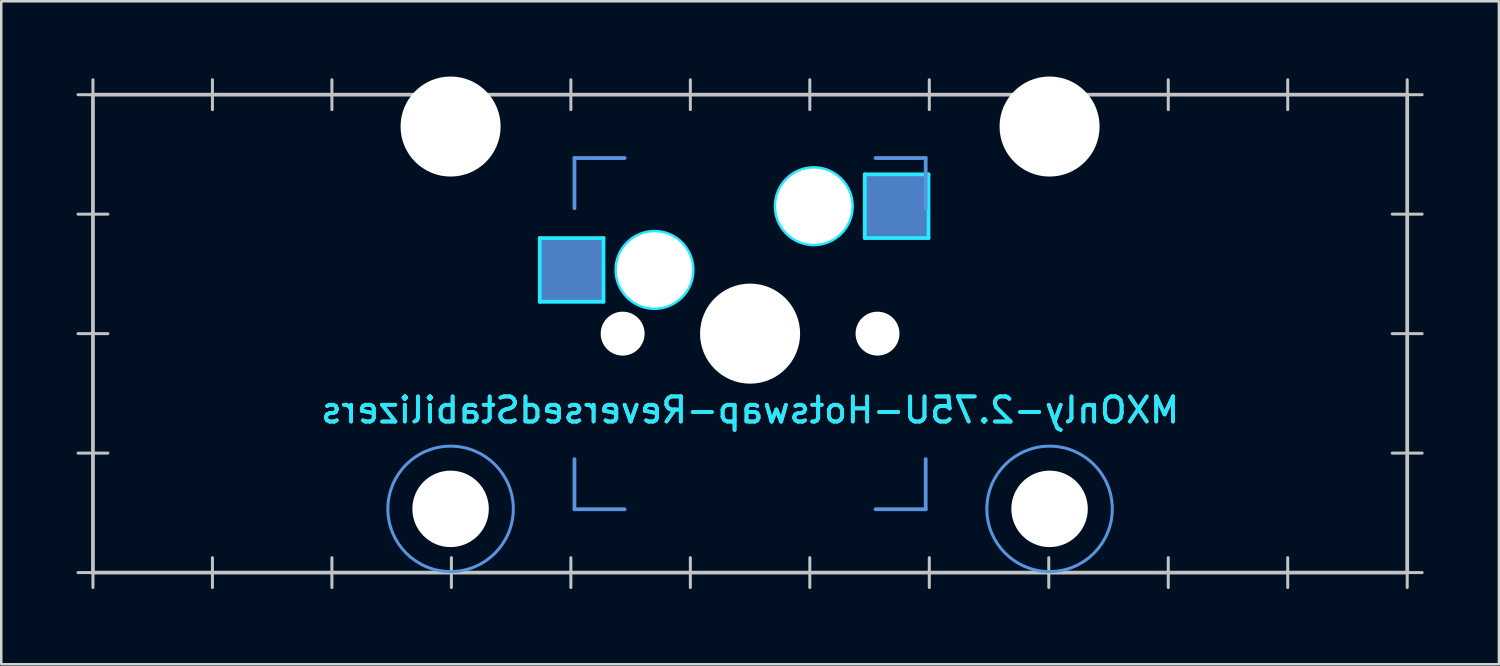
<source format=kicad_pcb>
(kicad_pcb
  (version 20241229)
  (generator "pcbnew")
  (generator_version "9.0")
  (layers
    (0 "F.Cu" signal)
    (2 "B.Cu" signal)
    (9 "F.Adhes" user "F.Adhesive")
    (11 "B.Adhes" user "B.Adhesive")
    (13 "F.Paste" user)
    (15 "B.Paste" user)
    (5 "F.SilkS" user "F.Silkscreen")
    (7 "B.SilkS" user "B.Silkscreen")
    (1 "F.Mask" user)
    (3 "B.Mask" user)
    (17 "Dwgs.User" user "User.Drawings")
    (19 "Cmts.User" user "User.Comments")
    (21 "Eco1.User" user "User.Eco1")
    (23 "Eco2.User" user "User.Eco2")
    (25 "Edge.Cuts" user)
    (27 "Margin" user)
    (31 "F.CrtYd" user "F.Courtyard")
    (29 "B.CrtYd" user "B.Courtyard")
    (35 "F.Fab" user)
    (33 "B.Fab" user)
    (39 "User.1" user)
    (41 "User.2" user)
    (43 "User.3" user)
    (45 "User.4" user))
  (footprint "MXOnly-2.75U-Hotswap-ReversedStabilizers"
    (layer "F.Cu")
    (at 26.849 10.249)
    (property "Reference" "MXOnly-2.75U-Hotswap-ReversedStabilizers" (at 0 3.048 0) (layer "B.CrtYd") (effects (font (size 1 1) (thickness 0.15)) (justify mirror)))
    (attr smd)
    (fp_line (start -26.789 -9.525) (end -26.194 -9.525) (stroke (width 0.12) (type solid)) (layer "Dwgs.User"))
    (fp_line (start -26.789 -0.000008) (end -25.598 -0.000008) (stroke (width 0.12) (type solid)) (layer "Dwgs.User"))
    (fp_line (start -26.789 4.762) (end -25.598 4.762) (stroke (width 0.12) (type solid)) (layer "Dwgs.User"))
    (fp_line (start -26.789 9.525) (end -26.194 9.525) (stroke (width 0.12) (type solid)) (layer "Dwgs.User"))
    (fp_line (start -26.194 10.12) (end -26.194 9.525) (stroke (width 0.12) (type solid)) (layer "Dwgs.User"))
    (fp_line (start -26.194 -10.12) (end -26.194 -9.525) (stroke (width 0.12) (type solid)) (layer "Dwgs.User"))
    (fp_line (start -26.194 -9.525) (end 26.194 -9.525) (stroke (width 0.15) (type solid)) (layer "Dwgs.User"))
    (fp_line (start -26.194 9.525) (end -26.194 -9.525) (stroke (width 0.15) (type solid)) (layer "Dwgs.User"))
    (fp_line (start -25.598 -4.763) (end -26.789 -4.763) (stroke (width 0.12) (type solid)) (layer "Dwgs.User"))
    (fp_line (start -21.431 8.93) (end -21.431 10.12) (stroke (width 0.12) (type solid)) (layer "Dwgs.User"))
    (fp_line (start -21.431 -10.12) (end -21.431 -8.93) (stroke (width 0.12) (type solid)) (layer "Dwgs.User"))
    (fp_line (start -16.669 8.93) (end -16.669 10.12) (stroke (width 0.12) (type solid)) (layer "Dwgs.User"))
    (fp_line (start -16.669 -10.12) (end -16.669 -8.93) (stroke (width 0.12) (type solid)) (layer "Dwgs.User"))
    (fp_line (start -11.906 10.12) (end -11.906 8.93) (stroke (width 0.12) (type solid)) (layer "Dwgs.User"))
    (fp_line (start -11.906 -8.93) (end -11.906 -10.12) (stroke (width 0.12) (type solid)) (layer "Dwgs.User"))
    (fp_line (start -7.144 8.93) (end -7.144 10.12) (stroke (width 0.12) (type solid)) (layer "Dwgs.User"))
    (fp_line (start -7.144 -10.12) (end -7.144 -8.93) (stroke (width 0.12) (type solid)) (layer "Dwgs.User"))
    (fp_line (start -2.381 10.12) (end -2.381 8.93) (stroke (width 0.12) (type solid)) (layer "Dwgs.User"))
    (fp_line (start -2.381 -8.93) (end -2.381 -10.12) (stroke (width 0.12) (type solid)) (layer "Dwgs.User"))
    (fp_line (start 2.381 8.93) (end 2.381 10.12) (stroke (width 0.12) (type solid)) (layer "Dwgs.User"))
    (fp_line (start 2.381 -10.12) (end 2.381 -8.93) (stroke (width 0.12) (type solid)) (layer "Dwgs.User"))
    (fp_line (start 7.144 10.12) (end 7.144 8.93) (stroke (width 0.12) (type solid)) (layer "Dwgs.User"))
    (fp_line (start 7.144 -8.93) (end 7.144 -10.12) (stroke (width 0.12) (type solid)) (layer "Dwgs.User"))
    (fp_line (start 11.906 10.12) (end 11.906 8.93) (stroke (width 0.12) (type solid)) (layer "Dwgs.User"))
    (fp_line (start 11.906 -8.93) (end 11.906 -10.12) (stroke (width 0.12) (type solid)) (layer "Dwgs.User"))
    (fp_line (start 16.669 8.93) (end 16.669 10.12) (stroke (width 0.12) (type solid)) (layer "Dwgs.User"))
    (fp_line (start 16.669 -8.93) (end 16.669 -10.12) (stroke (width 0.12) (type solid)) (layer "Dwgs.User"))
    (fp_line (start 21.431 8.93) (end 21.431 10.12) (stroke (width 0.12) (type solid)) (layer "Dwgs.User"))
    (fp_line (start 21.431 -8.93) (end 21.431 -10.12) (stroke (width 0.12) (type solid)) (layer "Dwgs.User"))
    (fp_line (start 25.598 4.763) (end 26.789 4.763) (stroke (width 0.12) (type solid)) (layer "Dwgs.User"))
    (fp_line (start 26.194 -9.525) (end 26.194 9.525) (stroke (width 0.15) (type solid)) (layer "Dwgs.User"))
    (fp_line (start 26.194 9.525) (end -26.194 9.525) (stroke (width 0.15) (type solid)) (layer "Dwgs.User"))
    (fp_line (start 26.194 10.12) (end 26.194 9.525) (stroke (width 0.12) (type solid)) (layer "Dwgs.User"))
    (fp_line (start 26.194 -10.12) (end 26.194 -9.525) (stroke (width 0.12) (type solid)) (layer "Dwgs.User"))
    (fp_line (start 26.789 -9.525) (end 26.194 -9.525) (stroke (width 0.12) (type solid)) (layer "Dwgs.User"))
    (fp_line (start 26.789 -4.763) (end 25.598 -4.763) (stroke (width 0.12) (type solid)) (layer "Dwgs.User"))
    (fp_line (start 26.789 0) (end 25.598 0) (stroke (width 0.12) (type solid)) (layer "Dwgs.User"))
    (fp_line (start 26.789 9.525) (end 26.194 9.525) (stroke (width 0.12) (type solid)) (layer "Dwgs.User"))
    (fp_line (start -7 -7) (end -7 -5) (stroke (width 0.15) (type solid)) (layer "Cmts.User"))
    (fp_line (start -7 7) (end -7 5) (stroke (width 0.15) (type solid)) (layer "Cmts.User"))
    (fp_line (start -5 -7) (end -7 -7) (stroke (width 0.15) (type solid)) (layer "Cmts.User"))
    (fp_line (start -5 7) (end -7 7) (stroke (width 0.15) (type solid)) (layer "Cmts.User"))
    (fp_line (start 5 -7) (end 7 -7) (stroke (width 0.15) (type solid)) (layer "Cmts.User"))
    (fp_line (start 7 -7) (end 7 -5) (stroke (width 0.15) (type solid)) (layer "Cmts.User"))
    (fp_line (start 7 5) (end 7 7) (stroke (width 0.15) (type solid)) (layer "Cmts.User"))
    (fp_line (start 7 7) (end 5 7) (stroke (width 0.15) (type solid)) (layer "Cmts.User"))
    (fp_circle (center -11.938 6.985) (end -14.438 6.985) (stroke (width 0.12) (type solid)) (fill no) (layer "Cmts.User"))
    (fp_circle (center 11.938 6.985) (end 9.438 6.985) (stroke (width 0.12) (type solid)) (fill no) (layer "Cmts.User"))
    (fp_line (start -8.382 -3.81) (end -5.842 -3.81) (stroke (width 0.15) (type solid)) (layer "B.CrtYd"))
    (fp_line (start -8.382 -1.27) (end -8.382 -3.81) (stroke (width 0.15) (type solid)) (layer "B.CrtYd"))
    (fp_line (start -5.842 -3.81) (end -5.842 -1.27) (stroke (width 0.15) (type solid)) (layer "B.CrtYd"))
    (fp_line (start -5.842 -1.27) (end -8.382 -1.27) (stroke (width 0.15) (type solid)) (layer "B.CrtYd"))
    (fp_line (start 4.572 -6.35) (end 7.112 -6.35) (stroke (width 0.15) (type solid)) (layer "B.CrtYd"))
    (fp_line (start 4.572 -3.81) (end 4.572 -6.35) (stroke (width 0.15) (type solid)) (layer "B.CrtYd"))
    (fp_line (start 7.112 -6.35) (end 7.112 -3.81) (stroke (width 0.15) (type solid)) (layer "B.CrtYd"))
    (fp_line (start 7.112 -3.81) (end 4.572 -3.81) (stroke (width 0.15) (type solid)) (layer "B.CrtYd"))
    (fp_circle (center -3.81 -2.54) (end -3.81 -4.064) (stroke (width 0.15) (type solid)) (fill no) (layer "B.CrtYd"))
    (fp_circle (center 2.54 -5.08) (end 2.54 -6.604) (stroke (width 0.15) (type solid)) (fill no) (layer "B.CrtYd"))
    (fp_text user "${REFERENCE}" (at 0 3.048 0) (layer "B.SilkS") (effects (font (size 1 1) (thickness 0.15)) (justify mirror)))
    (pad "" np_thru_hole circle (at -11.938 -8.255) (size 3.988 3.988) (drill 3.988) (layers "*.Cu" "*.Mask"))
    (pad "" np_thru_hole circle (at -11.938 6.985) (size 3.048 3.048) (drill 3.048) (layers "*.Cu" "*.Mask"))
    (pad "" np_thru_hole circle (at -5.08 0 48.1) (size 1.75 1.75) (drill 1.75) (layers "*.Cu" "*.Mask"))
    (pad "" np_thru_hole circle (at -3.81 -2.54) (size 3 3) (drill 3) (layers "*.Cu" "*.Mask"))
    (pad "" np_thru_hole circle (at 0 0) (size 3.988 3.988) (drill 3.988) (layers "*.Cu" "*.Mask"))
    (pad "" np_thru_hole circle (at 2.54 -5.08) (size 3 3) (drill 3) (layers "*.Cu" "*.Mask"))
    (pad "" np_thru_hole circle (at 5.08 0 48.1) (size 1.75 1.75) (drill 1.75) (layers "*.Cu" "*.Mask"))
    (pad "" np_thru_hole circle (at 11.938 -8.255) (size 3.988 3.988) (drill 3.988) (layers "*.Cu" "*.Mask"))
    (pad "" np_thru_hole circle (at 11.938 6.985) (size 3.048 3.048) (drill 3.048) (layers "*.Cu" "*.Mask"))
    (pad "1" smd rect (at -7.085 -2.54) (size 2.55 2.5) (layers "B.Cu" "B.Mask" "B.Paste"))
    (pad "2" smd rect (at 5.842 -5.08) (size 2.55 2.5) (layers "B.Cu" "B.Mask" "B.Paste")))
  (gr_rect
    (start -3 -3)
    (end 56.698 23.429)
    (stroke (width 0.1) (type default))
    (fill no)
    (layer "Edge.Cuts")))
</source>
